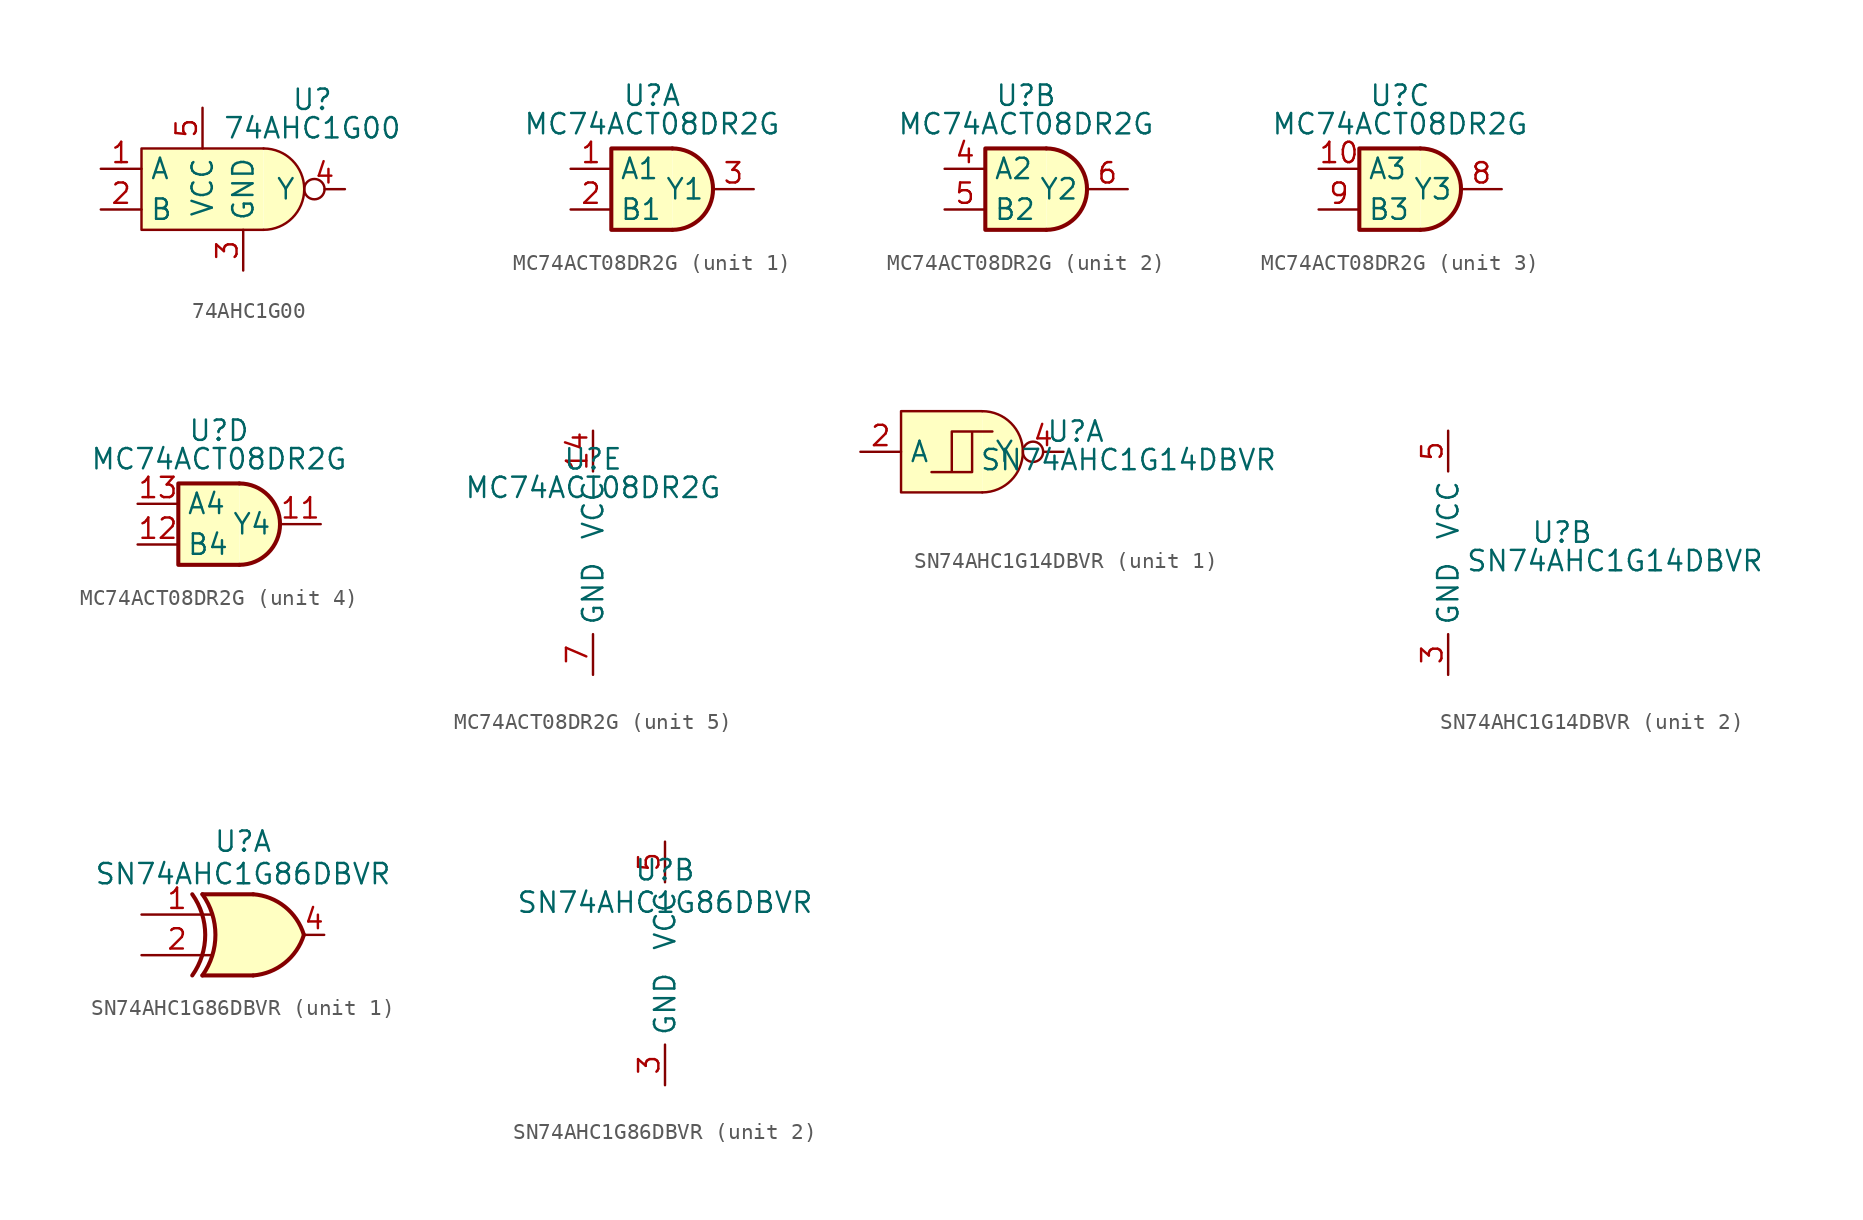
<source format=kicad_sym>
(kicad_symbol_lib
  (version 20241209)
  (generator "kicad_symbol_editor")
  (generator_version "9.0")
  (symbol "74AHC1G00"
    (property "Reference" "U"
      (at 5.588 5.588 0)
      (effects (font (size 1.27 1.27))))
    (property "Value" "74AHC1G00"
      (at 5.588 3.81 0)
      (effects (font (size 1.27 1.27))))
    (symbol "74AHC1G00_1_1"
      (arc (start 2.54 2.54) (mid 5.08 0) (end 2.54 -2.54) (stroke (width 0) (type default)) (fill (type background)))
      (polyline (pts (xy 2.54 -2.54) (xy -5.08 -2.54) (xy -5.08 2.54) (xy 2.54 2.54)) (stroke (width 0) (type default)) (fill (type background)))
      (pin input line (at -7.62 1.27 0) (length 2.54) (name "A" (effects (font (size 1.27 1.27)))) (number "1" (effects (font (size 1.27 1.27)))))
      (pin input line (at -7.62 -1.27 0) (length 2.54) (name "B" (effects (font (size 1.27 1.27)))) (number "2" (effects (font (size 1.27 1.27)))))
      (pin passive line (at -1.27 5.08 270) (length 2.54) (name "VCC" (effects (font (size 1.27 1.27)))) (number "5" (effects (font (size 1.27 1.27)))))
      (pin power_in line (at 1.27 -5.08 90) (length 2.54) (name "GND" (effects (font (size 1.27 1.27)))) (number "3" (effects (font (size 1.27 1.27)))))
      (pin output inverted (at 7.62 0 180) (length 2.54) (name "Y" (effects (font (size 1.27 1.27)))) (number "4" (effects (font (size 1.27 1.27)))))))
  (symbol "MC74ACT08DR2G"
    (property "Reference" "U"
      (at 0 5.842 0)
      (effects (font (size 1.27 1.27))))
    (property "Value" "MC74ACT08DR2G"
      (at 0 4.064 0)
      (effects (font (size 1.27 1.27))))
    (property "ki_locked" ""
      (at 0 0 0)
      (effects (font (size 1.27 1.27))))
    (symbol "MC74ACT08DR2G_1_0"
      (pin input line (at -5.08 1.27 0) (length 2.54) (name "A1" (effects (font (size 1.27 1.27)))) (number "1" (effects (font (size 1.27 1.27)))))
      (pin input line (at -5.08 -1.27 0) (length 2.54) (name "B1" (effects (font (size 1.27 1.27)))) (number "2" (effects (font (size 1.27 1.27)))))
      (pin passive line (at 6.35 0 180) (length 2.54) (name "Y1" (effects (font (size 1.27 1.27)))) (number "3" (effects (font (size 1.27 1.27))))))
    (symbol "MC74ACT08DR2G_1_1"
      (arc (start 1.27 2.54) (mid 3.81 0) (end 1.27 -2.54) (stroke (width 0.254) (type default)) (fill (type background)))
      (polyline (pts (xy 1.27 -2.54) (xy -2.54 -2.54) (xy -2.54 2.54) (xy 1.27 2.54)) (stroke (width 0.254) (type default)) (fill (type background))))
    (symbol "MC74ACT08DR2G_2_0"
      (pin input line (at -5.08 1.27 0) (length 2.54) (name "A2" (effects (font (size 1.27 1.27)))) (number "4" (effects (font (size 1.27 1.27)))))
      (pin input line (at -5.08 -1.27 0) (length 2.54) (name "B2" (effects (font (size 1.27 1.27)))) (number "5" (effects (font (size 1.27 1.27)))))
      (pin passive line (at 6.35 0 180) (length 2.54) (name "Y2" (effects (font (size 1.27 1.27)))) (number "6" (effects (font (size 1.27 1.27))))))
    (symbol "MC74ACT08DR2G_2_1"
      (arc (start 1.27 2.54) (mid 3.81 0) (end 1.27 -2.54) (stroke (width 0.254) (type default)) (fill (type background)))
      (polyline (pts (xy 1.27 -2.54) (xy -2.54 -2.54) (xy -2.54 2.54) (xy 1.27 2.54)) (stroke (width 0.254) (type default)) (fill (type background))))
    (symbol "MC74ACT08DR2G_3_0"
      (pin input line (at -5.08 1.27 0) (length 2.54) (name "A3" (effects (font (size 1.27 1.27)))) (number "10" (effects (font (size 1.27 1.27)))))
      (pin input line (at -5.08 -1.27 0) (length 2.54) (name "B3" (effects (font (size 1.27 1.27)))) (number "9" (effects (font (size 1.27 1.27)))))
      (pin passive line (at 6.35 0 180) (length 2.54) (name "Y3" (effects (font (size 1.27 1.27)))) (number "8" (effects (font (size 1.27 1.27))))))
    (symbol "MC74ACT08DR2G_3_1"
      (arc (start 1.27 2.54) (mid 3.81 0) (end 1.27 -2.54) (stroke (width 0.254) (type default)) (fill (type background)))
      (polyline (pts (xy 1.27 -2.54) (xy -2.54 -2.54) (xy -2.54 2.54) (xy 1.27 2.54)) (stroke (width 0.254) (type default)) (fill (type background))))
    (symbol "MC74ACT08DR2G_4_0"
      (pin input line (at -5.08 1.27 0) (length 2.54) (name "A4" (effects (font (size 1.27 1.27)))) (number "13" (effects (font (size 1.27 1.27)))))
      (pin input line (at -5.08 -1.27 0) (length 2.54) (name "B4" (effects (font (size 1.27 1.27)))) (number "12" (effects (font (size 1.27 1.27)))))
      (pin passive line (at 6.35 0 180) (length 2.54) (name "Y4" (effects (font (size 1.27 1.27)))) (number "11" (effects (font (size 1.27 1.27))))))
    (symbol "MC74ACT08DR2G_4_1"
      (arc (start 1.27 2.54) (mid 3.81 0) (end 1.27 -2.54) (stroke (width 0.254) (type default)) (fill (type background)))
      (polyline (pts (xy 1.27 -2.54) (xy -2.54 -2.54) (xy -2.54 2.54) (xy 1.27 2.54)) (stroke (width 0.254) (type default)) (fill (type background))))
    (symbol "MC74ACT08DR2G_5_0"
      (pin power_in line (at 0 7.62 270) (length 2.54) (name "VCC" (effects (font (size 1.27 1.27)))) (number "14" (effects (font (size 1.27 1.27)))))
      (pin power_in line (at 0 -7.62 90) (length 2.54) (name "GND" (effects (font (size 1.27 1.27)))) (number "7" (effects (font (size 1.27 1.27)))))))
  (symbol "SN74AHC1G14DBVR"
    (property "Reference" "U"
      (at 7.112 1.27 0)
      (effects (font (size 1.27 1.27))))
    (property "Value" "SN74AHC1G14DBVR"
      (at 10.414 -0.508 0)
      (effects (font (size 1.27 1.27))))
    (symbol "SN74AHC1G14DBVR_1_1"
      (polyline (pts (xy 1.27 1.27) (xy -0.635 1.27) (xy -0.635 -1.27) (xy -1.905 -1.27) (xy 0.635 -1.27) (xy 0.635 1.27) (xy 1.905 1.27)) (stroke (width 0) (type solid)) (fill (type none)))
      (arc (start 1.27 2.54) (mid 3.81 0) (end 1.27 -2.54) (stroke (width 0) (type default)) (fill (type background)))
      (polyline (pts (xy 1.27 -2.54) (xy -3.81 -2.54) (xy -3.81 2.54) (xy 1.27 2.54)) (stroke (width 0) (type default)) (fill (type background)))
      (pin input line (at -6.35 0 0) (length 2.54) (name "A" (effects (font (size 1.27 1.27)))) (number "2" (effects (font (size 1.27 1.27)))))
      (pin no_connect line (at 0 -5.08 90) (length 2.54) (hide yes) (name "NC" (effects (font (size 1.27 1.27)))) (number "1" (effects (font (size 1.27 1.27)))))
      (pin output inverted (at 6.35 0 180) (length 2.54) (name "Y" (effects (font (size 1.27 1.27)))) (number "4" (effects (font (size 1.27 1.27))))))
    (symbol "SN74AHC1G14DBVR_2_1"
      (pin passive line (at 0 7.62 270) (length 2.54) (name "VCC" (effects (font (size 1.27 1.27)))) (number "5" (effects (font (size 1.27 1.27)))))
      (pin power_in line (at 0 -7.62 90) (length 2.54) (name "GND" (effects (font (size 1.27 1.27)))) (number "3" (effects (font (size 1.27 1.27)))))))
  (symbol "SN74AHC1G86DBVR"
    (property "Reference" "U"
      (at 0 5.842 0)
      (effects (font (size 1.27 1.27))))
    (property "Value" "SN74AHC1G86DBVR"
      (at 0 3.81 0)
      (effects (font (size 1.27 1.27))))
    (symbol "SN74AHC1G86DBVR_1_0"
      (arc (start -3.175 2.54) (mid -2.3641 0) (end -3.175 -2.54) (stroke (width 0.254) (type default)) (fill (type none)))
      (arc (start -2.54 2.54) (mid -1.726 0) (end -2.54 -2.54) (stroke (width 0.254) (type default)) (fill (type none)))
      (polyline (pts (xy -2.54 2.54) (xy 0.635 2.54)) (stroke (width 0.254) (type default)) (fill (type background)))
      (polyline (pts (xy -2.54 -2.54) (xy 0.635 -2.54)) (stroke (width 0.254) (type default)) (fill (type background)))
      (arc (start 3.81 0) (mid 2.6128 -1.758) (end 0.635 -2.54) (stroke (width 0.254) (type default)) (fill (type background)))
      (arc (start 0.635 2.54) (mid 2.6176 1.7639) (end 3.81 0) (stroke (width 0.254) (type default)) (fill (type background)))
      (polyline (pts (xy 0.635 2.54) (xy -2.54 2.54) (xy -2.54 2.54) (xy -2.286 2.134) (xy -1.753 0.991) (xy -1.778 0) (xy -1.905 -1.27) (xy -2.286 -2.032) (xy -2.286 -2.286) (xy -2.54 -2.54) (xy -1.778 -2.54) (xy 0.635 -2.54)) (stroke (width -25.4) (type default)) (fill (type background)))
      (pin input line (at -6.35 1.27 0) (length 4.445) (name "~" (effects (font (size 1.27 1.27)))) (number "1" (effects (font (size 1.27 1.27)))))
      (pin input line (at -6.35 -1.27 0) (length 4.445) (name "~" (effects (font (size 1.27 1.27)))) (number "2" (effects (font (size 1.27 1.27)))))
      (pin output line (at 5.08 0 180) (length 1.27) (name "~" (effects (font (size 1.27 1.27)))) (number "4" (effects (font (size 1.27 1.27))))))
    (symbol "SN74AHC1G86DBVR_1_1"
      (polyline (pts (xy -2.54 2.54) (xy -1.905 2.54)) (stroke (width 0.152) (type default)) (fill (type none)))
      (polyline (pts (xy -2.54 -2.54) (xy -1.905 -2.54)) (stroke (width 0.152) (type default)) (fill (type none))))
    (symbol "SN74AHC1G86DBVR_2_1"
      (pin power_in line (at 0 7.62 270) (length 2.54) (name "VCC" (effects (font (size 1.27 1.27)))) (number "5" (effects (font (size 1.27 1.27)))))
      (pin power_in line (at 0 -7.62 90) (length 2.54) (name "GND" (effects (font (size 1.27 1.27)))) (number "3" (effects (font (size 1.27 1.27))))))))
</source>
